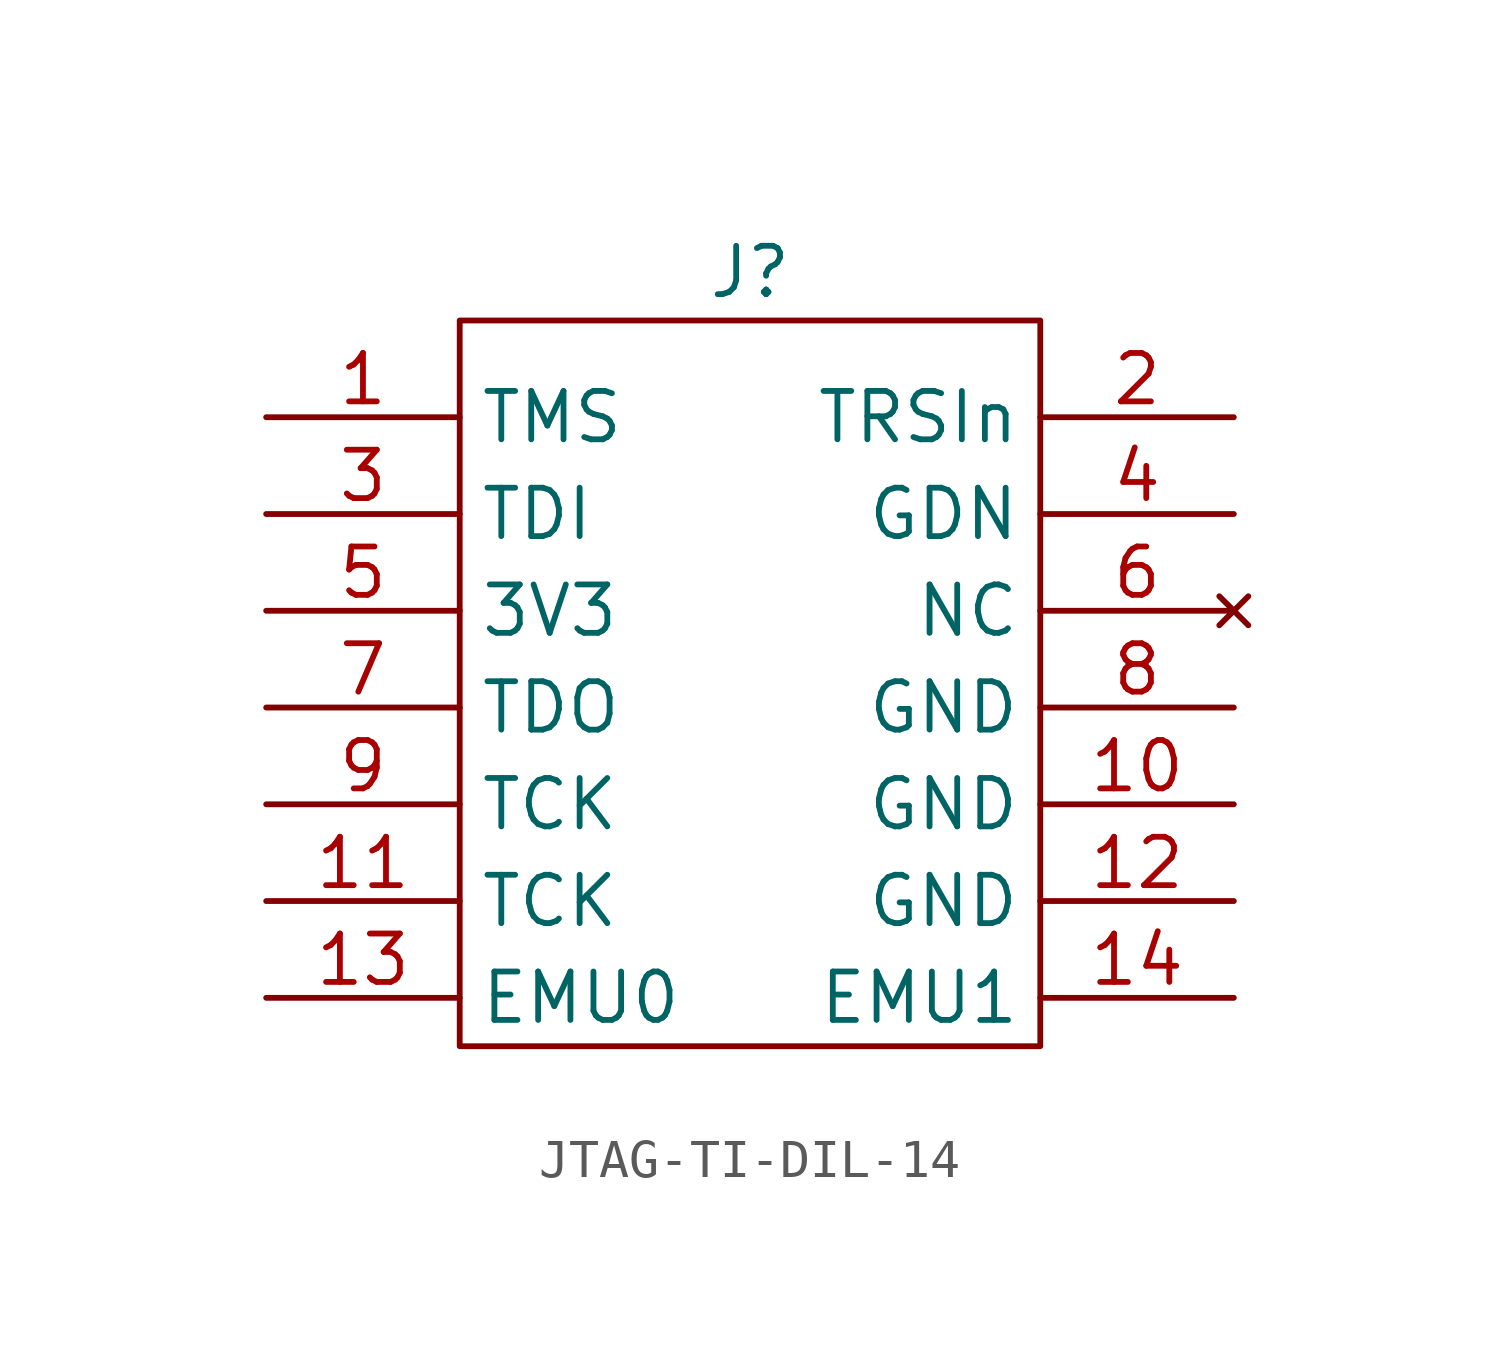
<source format=kicad_sym>
(kicad_symbol_lib
  (version 20220914)
  (generator kicad_symbol_editor)
  (symbol "JTAG-TI-DIL-14"
    (property "Reference" "J"
      (at 0 11.43 0)
      (effects (font (size 1.27 1.27))))
    (property "Value" ""
      (at 12.7 10.16 0)
      (effects (font (size 1.27 1.27))))
    (symbol "JTAG-TI-DIL-14_0_0"
      (pin bidirectional line (at -12.7 7.62 0) (length 5.08) (name "TMS" (effects (font (size 1.27 1.27)))) (number "1" (effects (font (size 1.27 1.27)))))
      (pin power_in line (at 12.7 -2.54 180) (length 5.08) (name "GND" (effects (font (size 1.27 1.27)))) (number "10" (effects (font (size 1.27 1.27)))))
      (pin bidirectional line (at -12.7 -5.08 0) (length 5.08) (name "TCK" (effects (font (size 1.27 1.27)))) (number "11" (effects (font (size 1.27 1.27)))))
      (pin power_in line (at 12.7 -5.08 180) (length 5.08) (name "GND" (effects (font (size 1.27 1.27)))) (number "12" (effects (font (size 1.27 1.27)))))
      (pin bidirectional line (at -12.7 -7.62 0) (length 5.08) (name "EMU0" (effects (font (size 1.27 1.27)))) (number "13" (effects (font (size 1.27 1.27)))))
      (pin bidirectional line (at 12.7 -7.62 180) (length 5.08) (name "EMU1" (effects (font (size 1.27 1.27)))) (number "14" (effects (font (size 1.27 1.27)))))
      (pin bidirectional line (at 12.7 7.62 180) (length 5.08) (name "TRSIn" (effects (font (size 1.27 1.27)))) (number "2" (effects (font (size 1.27 1.27)))))
      (pin bidirectional line (at -12.7 5.08 0) (length 5.08) (name "TDI" (effects (font (size 1.27 1.27)))) (number "3" (effects (font (size 1.27 1.27)))))
      (pin power_in line (at 12.7 5.08 180) (length 5.08) (name "GDN" (effects (font (size 1.27 1.27)))) (number "4" (effects (font (size 1.27 1.27)))))
      (pin power_out line (at -12.7 2.54 0) (length 5.08) (name "3V3" (effects (font (size 1.27 1.27)))) (number "5" (effects (font (size 1.27 1.27)))))
      (pin no_connect line (at 12.7 2.54 180) (length 5.08) (name "NC" (effects (font (size 1.27 1.27)))) (number "6" (effects (font (size 1.27 1.27)))))
      (pin bidirectional line (at -12.7 0 0) (length 5.08) (name "TDO" (effects (font (size 1.27 1.27)))) (number "7" (effects (font (size 1.27 1.27)))))
      (pin power_in line (at 12.7 0 180) (length 5.08) (name "GND" (effects (font (size 1.27 1.27)))) (number "8" (effects (font (size 1.27 1.27)))))
      (pin bidirectional line (at -12.7 -2.54 0) (length 5.08) (name "TCK" (effects (font (size 1.27 1.27)))) (number "9" (effects (font (size 1.27 1.27))))))
    (symbol "JTAG-TI-DIL-14_0_1"
      (rectangle (start -7.62 10.16) (end 7.62 -8.89) (stroke (width 0) (type default)) (fill (type none))))))
</source>
